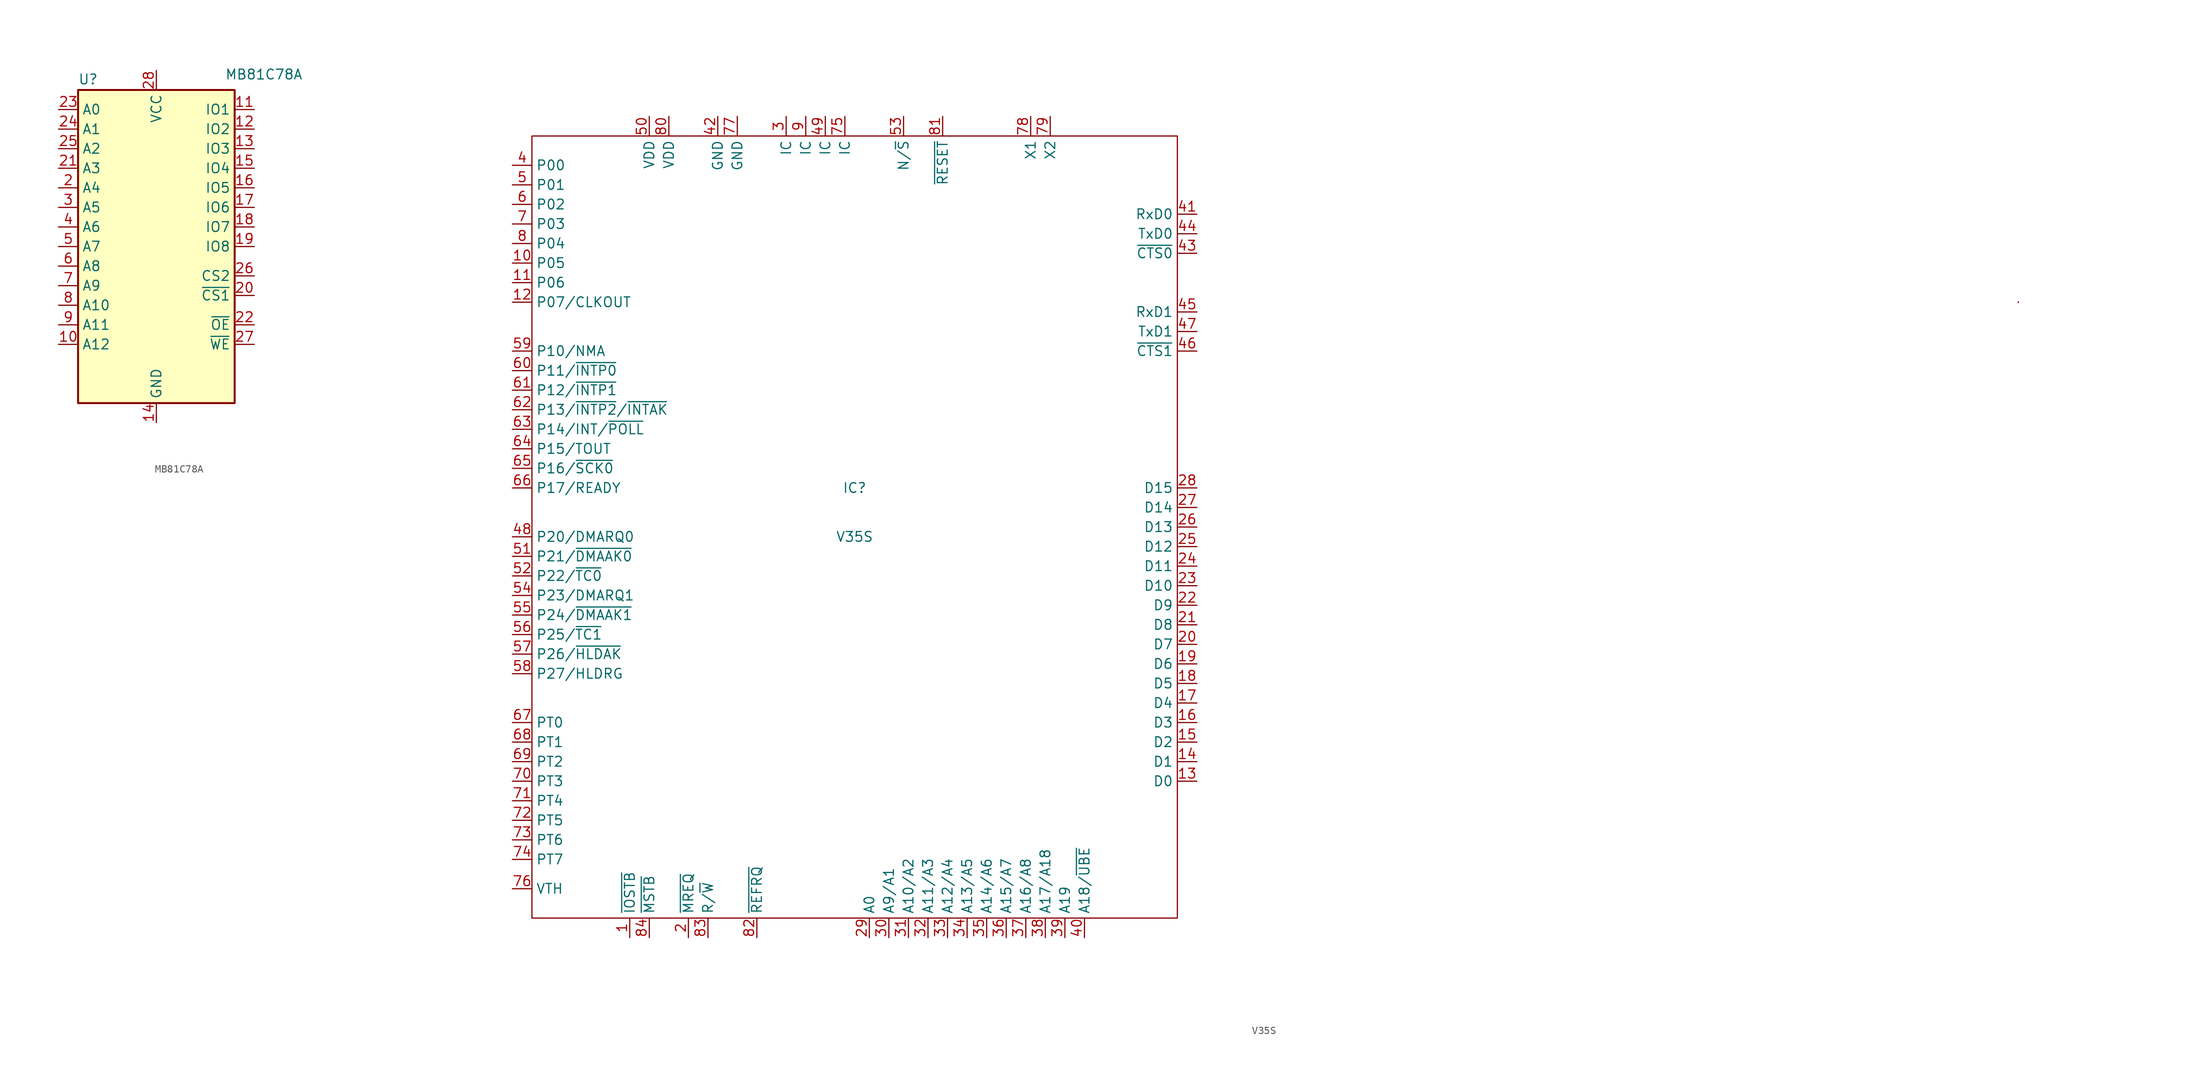
<source format=kicad_sym>
(kicad_symbol_lib
  (version 20220914)
  (generator kicad_symbol_editor)
  (symbol "MB81C78A"
    (property "Reference" "U"
      (at -10.16 20.955 0)
      (effects (font (size 1.27 1.27)) (justify left bottom)))
    (property "Value" "MB81C78A"
      (at 8.89 21.59 0)
      (effects (font (size 1.27 1.27)) (justify left bottom)))
    (symbol "MB81C78A_0_0"
      (pin power_in line (at 0 -22.86 90) (length 2.54) (name "GND" (effects (font (size 1.27 1.27)))) (number "14" (effects (font (size 1.27 1.27)))))
      (pin power_in line (at 0 22.86 270) (length 2.54) (name "VCC" (effects (font (size 1.27 1.27)))) (number "28" (effects (font (size 1.27 1.27))))))
    (symbol "MB81C78A_0_1"
      (rectangle (start -10.16 20.32) (end 10.16 -20.32) (stroke (width 0.254) (type default)) (fill (type background))))
    (symbol "MB81C78A_1_1"
      (pin no_connect line (at -12.7 -17.78 0) (length 2.54) hide (name "NC" (effects (font (size 1.27 1.27)))) (number "1" (effects (font (size 1.27 1.27)))))
      (pin input line (at -12.7 -12.7 0) (length 2.54) (name "A12" (effects (font (size 1.27 1.27)))) (number "10" (effects (font (size 1.27 1.27)))))
      (pin tri_state line (at 12.7 17.78 180) (length 2.54) (name "IO1" (effects (font (size 1.27 1.27)))) (number "11" (effects (font (size 1.27 1.27)))))
      (pin tri_state line (at 12.7 15.24 180) (length 2.54) (name "IO2" (effects (font (size 1.27 1.27)))) (number "12" (effects (font (size 1.27 1.27)))))
      (pin tri_state line (at 12.7 12.7 180) (length 2.54) (name "IO3" (effects (font (size 1.27 1.27)))) (number "13" (effects (font (size 1.27 1.27)))))
      (pin tri_state line (at 12.7 10.16 180) (length 2.54) (name "IO4" (effects (font (size 1.27 1.27)))) (number "15" (effects (font (size 1.27 1.27)))))
      (pin tri_state line (at 12.7 7.62 180) (length 2.54) (name "IO5" (effects (font (size 1.27 1.27)))) (number "16" (effects (font (size 1.27 1.27)))))
      (pin tri_state line (at 12.7 5.08 180) (length 2.54) (name "IO6" (effects (font (size 1.27 1.27)))) (number "17" (effects (font (size 1.27 1.27)))))
      (pin tri_state line (at 12.7 2.54 180) (length 2.54) (name "IO7" (effects (font (size 1.27 1.27)))) (number "18" (effects (font (size 1.27 1.27)))))
      (pin tri_state line (at 12.7 0 180) (length 2.54) (name "IO8" (effects (font (size 1.27 1.27)))) (number "19" (effects (font (size 1.27 1.27)))))
      (pin input line (at -12.7 7.62 0) (length 2.54) (name "A4" (effects (font (size 1.27 1.27)))) (number "2" (effects (font (size 1.27 1.27)))))
      (pin input line (at 12.7 -6.35 180) (length 2.54) (name "~{CS1}" (effects (font (size 1.27 1.27)))) (number "20" (effects (font (size 1.27 1.27)))))
      (pin input line (at -12.7 10.16 0) (length 2.54) (name "A3" (effects (font (size 1.27 1.27)))) (number "21" (effects (font (size 1.27 1.27)))))
      (pin input line (at 12.7 -10.16 180) (length 2.54) (name "~{OE}" (effects (font (size 1.27 1.27)))) (number "22" (effects (font (size 1.27 1.27)))))
      (pin input line (at -12.7 17.78 0) (length 2.54) (name "A0" (effects (font (size 1.27 1.27)))) (number "23" (effects (font (size 1.27 1.27)))))
      (pin input line (at -12.7 15.24 0) (length 2.54) (name "A1" (effects (font (size 1.27 1.27)))) (number "24" (effects (font (size 1.27 1.27)))))
      (pin input line (at -12.7 12.7 0) (length 2.54) (name "A2" (effects (font (size 1.27 1.27)))) (number "25" (effects (font (size 1.27 1.27)))))
      (pin input line (at 12.7 -3.81 180) (length 2.54) (name "CS2" (effects (font (size 1.27 1.27)))) (number "26" (effects (font (size 1.27 1.27)))))
      (pin input line (at 12.7 -12.7 180) (length 2.54) (name "~{WE}" (effects (font (size 1.27 1.27)))) (number "27" (effects (font (size 1.27 1.27)))))
      (pin input line (at -12.7 5.08 0) (length 2.54) (name "A5" (effects (font (size 1.27 1.27)))) (number "3" (effects (font (size 1.27 1.27)))))
      (pin input line (at -12.7 2.54 0) (length 2.54) (name "A6" (effects (font (size 1.27 1.27)))) (number "4" (effects (font (size 1.27 1.27)))))
      (pin input line (at -12.7 0 0) (length 2.54) (name "A7" (effects (font (size 1.27 1.27)))) (number "5" (effects (font (size 1.27 1.27)))))
      (pin input line (at -12.7 -2.54 0) (length 2.54) (name "A8" (effects (font (size 1.27 1.27)))) (number "6" (effects (font (size 1.27 1.27)))))
      (pin input line (at -12.7 -5.08 0) (length 2.54) (name "A9" (effects (font (size 1.27 1.27)))) (number "7" (effects (font (size 1.27 1.27)))))
      (pin input line (at -12.7 -7.62 0) (length 2.54) (name "A10" (effects (font (size 1.27 1.27)))) (number "8" (effects (font (size 1.27 1.27)))))
      (pin input line (at -12.7 -10.16 0) (length 2.54) (name "A11" (effects (font (size 1.27 1.27)))) (number "9" (effects (font (size 1.27 1.27)))))))
  (symbol "V35S"
    (property "Reference" "IC"
      (at 0 2.54 0)
      (effects (font (size 1.27 1.27))))
    (property "Value" "V35S"
      (at 0 -3.81 0)
      (effects (font (size 1.27 1.27))))
    (symbol "V35S_0_1"
      (rectangle (start -41.91 48.26) (end 41.91 -53.34) (stroke (width 0) (type default)) (fill (type none)))
      (rectangle (start 151.13 26.67) (end 151.13 26.67) (stroke (width 0) (type default)) (fill (type none)))
      (rectangle (start 151.13 26.67) (end 151.13 26.67) (stroke (width 0) (type default)) (fill (type none)))
      (rectangle (start 151.13 26.67) (end 151.13 26.67) (stroke (width 0) (type default)) (fill (type none)))
      (rectangle (start 151.13 26.67) (end 151.13 26.67) (stroke (width 0) (type default)) (fill (type none)))
      (rectangle (start 151.13 26.67) (end 151.13 26.67) (stroke (width 0) (type default)) (fill (type none)))
      (rectangle (start 151.13 26.67) (end 151.13 26.67) (stroke (width 0) (type default)) (fill (type none)))
      (rectangle (start 151.13 26.67) (end 151.13 26.67) (stroke (width 0) (type default)) (fill (type none)))
      (rectangle (start 151.13 26.67) (end 151.13 26.67) (stroke (width 0) (type default)) (fill (type none)))
      (rectangle (start 151.13 26.67) (end 151.13 26.67) (stroke (width 0) (type default)) (fill (type none)))
      (rectangle (start 151.13 26.67) (end 151.13 26.67) (stroke (width 0) (type default)) (fill (type none)))
      (rectangle (start 151.13 26.67) (end 151.13 26.67) (stroke (width 0) (type default)) (fill (type none)))
      (rectangle (start 151.13 26.67) (end 151.13 26.67) (stroke (width 0) (type default)) (fill (type none)))
      (rectangle (start 151.13 26.67) (end 151.13 26.67) (stroke (width 0) (type default)) (fill (type none)))
      (rectangle (start 151.13 26.67) (end 151.13 26.67) (stroke (width 0) (type default)) (fill (type none)))
      (rectangle (start 151.13 26.67) (end 151.13 26.67) (stroke (width 0) (type default)) (fill (type none))))
    (symbol "V35S_1_1"
      (pin output line (at -29.21 -55.88 90) (length 2.54) (name "~{IOSTB}" (effects (font (size 1.27 1.27)))) (number "1" (effects (font (size 1.27 1.27)))))
      (pin input line (at -44.45 31.75 0) (length 2.54) (name "P05" (effects (font (size 1.27 1.27)))) (number "10" (effects (font (size 1.27 1.27)))))
      (pin input line (at -44.45 29.21 0) (length 2.54) (name "P06" (effects (font (size 1.27 1.27)))) (number "11" (effects (font (size 1.27 1.27)))))
      (pin input line (at -44.45 26.67 0) (length 2.54) (name "P07/CLKOUT" (effects (font (size 1.27 1.27)))) (number "12" (effects (font (size 1.27 1.27)))))
      (pin bidirectional line (at 44.45 -35.56 180) (length 2.54) (name "D0" (effects (font (size 1.27 1.27)))) (number "13" (effects (font (size 1.27 1.27)))))
      (pin bidirectional line (at 44.45 -33.02 180) (length 2.54) (name "D1" (effects (font (size 1.27 1.27)))) (number "14" (effects (font (size 1.27 1.27)))))
      (pin bidirectional line (at 44.45 -30.48 180) (length 2.54) (name "D2" (effects (font (size 1.27 1.27)))) (number "15" (effects (font (size 1.27 1.27)))))
      (pin bidirectional line (at 44.45 -27.94 180) (length 2.54) (name "D3" (effects (font (size 1.27 1.27)))) (number "16" (effects (font (size 1.27 1.27)))))
      (pin bidirectional line (at 44.45 -25.4 180) (length 2.54) (name "D4" (effects (font (size 1.27 1.27)))) (number "17" (effects (font (size 1.27 1.27)))))
      (pin bidirectional line (at 44.45 -22.86 180) (length 2.54) (name "D5" (effects (font (size 1.27 1.27)))) (number "18" (effects (font (size 1.27 1.27)))))
      (pin bidirectional line (at 44.45 -20.32 180) (length 2.54) (name "D6" (effects (font (size 1.27 1.27)))) (number "19" (effects (font (size 1.27 1.27)))))
      (pin output line (at -21.59 -55.88 90) (length 2.54) (name "~{MREQ}" (effects (font (size 1.27 1.27)))) (number "2" (effects (font (size 1.27 1.27)))))
      (pin bidirectional line (at 44.45 -17.78 180) (length 2.54) (name "D7" (effects (font (size 1.27 1.27)))) (number "20" (effects (font (size 1.27 1.27)))))
      (pin bidirectional line (at 44.45 -15.24 180) (length 2.54) (name "D8" (effects (font (size 1.27 1.27)))) (number "21" (effects (font (size 1.27 1.27)))))
      (pin bidirectional line (at 44.45 -12.7 180) (length 2.54) (name "D9" (effects (font (size 1.27 1.27)))) (number "22" (effects (font (size 1.27 1.27)))))
      (pin bidirectional line (at 44.45 -10.16 180) (length 2.54) (name "D10" (effects (font (size 1.27 1.27)))) (number "23" (effects (font (size 1.27 1.27)))))
      (pin bidirectional line (at 44.45 -7.62 180) (length 2.54) (name "D11" (effects (font (size 1.27 1.27)))) (number "24" (effects (font (size 1.27 1.27)))))
      (pin bidirectional line (at 44.45 -5.08 180) (length 2.54) (name "D12" (effects (font (size 1.27 1.27)))) (number "25" (effects (font (size 1.27 1.27)))))
      (pin bidirectional line (at 44.45 -2.54 180) (length 2.54) (name "D13" (effects (font (size 1.27 1.27)))) (number "26" (effects (font (size 1.27 1.27)))))
      (pin bidirectional line (at 44.45 0 180) (length 2.54) (name "D14" (effects (font (size 1.27 1.27)))) (number "27" (effects (font (size 1.27 1.27)))))
      (pin bidirectional line (at 44.45 2.54 180) (length 2.54) (name "D15" (effects (font (size 1.27 1.27)))) (number "28" (effects (font (size 1.27 1.27)))))
      (pin output line (at 1.905 -55.88 90) (length 2.54) (name "A0" (effects (font (size 1.27 1.27)))) (number "29" (effects (font (size 1.27 1.27)))))
      (pin input line (at -8.89 50.8 270) (length 2.54) (name "IC" (effects (font (size 1.27 1.27)))) (number "3" (effects (font (size 1.27 1.27)))))
      (pin output line (at 4.445 -55.88 90) (length 2.54) (name "A9/A1" (effects (font (size 1.27 1.27)))) (number "30" (effects (font (size 1.27 1.27)))))
      (pin output line (at 6.985 -55.88 90) (length 2.54) (name "A10/A2" (effects (font (size 1.27 1.27)))) (number "31" (effects (font (size 1.27 1.27)))))
      (pin output line (at 9.525 -55.88 90) (length 2.54) (name "A11/A3" (effects (font (size 1.27 1.27)))) (number "32" (effects (font (size 1.27 1.27)))))
      (pin output line (at 12.065 -55.88 90) (length 2.54) (name "A12/A4" (effects (font (size 1.27 1.27)))) (number "33" (effects (font (size 1.27 1.27)))))
      (pin output line (at 14.605 -55.88 90) (length 2.54) (name "A13/A5" (effects (font (size 1.27 1.27)))) (number "34" (effects (font (size 1.27 1.27)))))
      (pin output line (at 17.145 -55.88 90) (length 2.54) (name "A14/A6" (effects (font (size 1.27 1.27)))) (number "35" (effects (font (size 1.27 1.27)))))
      (pin output line (at 19.685 -55.88 90) (length 2.54) (name "A15/A7" (effects (font (size 1.27 1.27)))) (number "36" (effects (font (size 1.27 1.27)))))
      (pin output line (at 22.225 -55.88 90) (length 2.54) (name "A16/A8" (effects (font (size 1.27 1.27)))) (number "37" (effects (font (size 1.27 1.27)))))
      (pin output line (at 24.765 -55.88 90) (length 2.54) (name "A17/A18" (effects (font (size 1.27 1.27)))) (number "38" (effects (font (size 1.27 1.27)))))
      (pin output line (at 27.305 -55.88 90) (length 2.54) (name "A19" (effects (font (size 1.27 1.27)))) (number "39" (effects (font (size 1.27 1.27)))))
      (pin input line (at -44.45 44.45 0) (length 2.54) (name "P00" (effects (font (size 1.27 1.27)))) (number "4" (effects (font (size 1.27 1.27)))))
      (pin output line (at 29.845 -55.88 90) (length 2.54) (name "A18/~{UBE}" (effects (font (size 1.27 1.27)))) (number "40" (effects (font (size 1.27 1.27)))))
      (pin input line (at 44.45 38.1 180) (length 2.54) (name "RxD0" (effects (font (size 1.27 1.27)))) (number "41" (effects (font (size 1.27 1.27)))))
      (pin power_in line (at -17.78 50.8 270) (length 2.54) (name "GND" (effects (font (size 1.27 1.27)))) (number "42" (effects (font (size 1.27 1.27)))))
      (pin input line (at 44.45 33.02 180) (length 2.54) (name "~{CTS0}" (effects (font (size 1.27 1.27)))) (number "43" (effects (font (size 1.27 1.27)))))
      (pin output line (at 44.45 35.56 180) (length 2.54) (name "TxD0" (effects (font (size 1.27 1.27)))) (number "44" (effects (font (size 1.27 1.27)))))
      (pin input line (at 44.45 25.4 180) (length 2.54) (name "RxD1" (effects (font (size 1.27 1.27)))) (number "45" (effects (font (size 1.27 1.27)))))
      (pin input line (at 44.45 20.32 180) (length 2.54) (name "~{CTS1}" (effects (font (size 1.27 1.27)))) (number "46" (effects (font (size 1.27 1.27)))))
      (pin output line (at 44.45 22.86 180) (length 2.54) (name "TxD1" (effects (font (size 1.27 1.27)))) (number "47" (effects (font (size 1.27 1.27)))))
      (pin input line (at -44.45 -3.81 0) (length 2.54) (name "P20/DMARQ0" (effects (font (size 1.27 1.27)))) (number "48" (effects (font (size 1.27 1.27)))))
      (pin input line (at -3.81 50.8 270) (length 2.54) (name "IC" (effects (font (size 1.27 1.27)))) (number "49" (effects (font (size 1.27 1.27)))))
      (pin input line (at -44.45 41.91 0) (length 2.54) (name "P01" (effects (font (size 1.27 1.27)))) (number "5" (effects (font (size 1.27 1.27)))))
      (pin power_in line (at -26.67 50.8 270) (length 2.54) (name "VDD" (effects (font (size 1.27 1.27)))) (number "50" (effects (font (size 1.27 1.27)))))
      (pin input line (at -44.45 -6.35 0) (length 2.54) (name "P21/~{DMAAK0}" (effects (font (size 1.27 1.27)))) (number "51" (effects (font (size 1.27 1.27)))))
      (pin input line (at -44.45 -8.89 0) (length 2.54) (name "P22/~{TC0}" (effects (font (size 1.27 1.27)))) (number "52" (effects (font (size 1.27 1.27)))))
      (pin input line (at 6.35 50.8 270) (length 2.54) (name "N/~{S}" (effects (font (size 1.27 1.27)))) (number "53" (effects (font (size 1.27 1.27)))))
      (pin input line (at -44.45 -11.43 0) (length 2.54) (name "P23/DMARQ1" (effects (font (size 1.27 1.27)))) (number "54" (effects (font (size 1.27 1.27)))))
      (pin input line (at -44.45 -13.97 0) (length 2.54) (name "P24/~{DMAAK1}" (effects (font (size 1.27 1.27)))) (number "55" (effects (font (size 1.27 1.27)))))
      (pin input line (at -44.45 -16.51 0) (length 2.54) (name "P25/~{TC1}" (effects (font (size 1.27 1.27)))) (number "56" (effects (font (size 1.27 1.27)))))
      (pin input line (at -44.45 -19.05 0) (length 2.54) (name "P26/~{HLDAK}" (effects (font (size 1.27 1.27)))) (number "57" (effects (font (size 1.27 1.27)))))
      (pin input line (at -44.45 -21.59 0) (length 2.54) (name "P27/HLDRG" (effects (font (size 1.27 1.27)))) (number "58" (effects (font (size 1.27 1.27)))))
      (pin input line (at -44.45 20.32 0) (length 2.54) (name "P10/NMA" (effects (font (size 1.27 1.27)))) (number "59" (effects (font (size 1.27 1.27)))))
      (pin input line (at -44.45 39.37 0) (length 2.54) (name "P02" (effects (font (size 1.27 1.27)))) (number "6" (effects (font (size 1.27 1.27)))))
      (pin input line (at -44.45 17.78 0) (length 2.54) (name "P11/~{INTP0}" (effects (font (size 1.27 1.27)))) (number "60" (effects (font (size 1.27 1.27)))))
      (pin input line (at -44.45 15.24 0) (length 2.54) (name "P12/~{INTP1}" (effects (font (size 1.27 1.27)))) (number "61" (effects (font (size 1.27 1.27)))))
      (pin input line (at -44.45 12.7 0) (length 2.54) (name "P13/~{INTP2}/~{INTAK}" (effects (font (size 1.27 1.27)))) (number "62" (effects (font (size 1.27 1.27)))))
      (pin input line (at -44.45 10.16 0) (length 2.54) (name "P14/INT/~{POLL}" (effects (font (size 1.27 1.27)))) (number "63" (effects (font (size 1.27 1.27)))))
      (pin input line (at -44.45 7.62 0) (length 2.54) (name "P15/TOUT" (effects (font (size 1.27 1.27)))) (number "64" (effects (font (size 1.27 1.27)))))
      (pin input line (at -44.45 5.08 0) (length 2.54) (name "P16/~{SCK0}" (effects (font (size 1.27 1.27)))) (number "65" (effects (font (size 1.27 1.27)))))
      (pin input line (at -44.45 2.54 0) (length 2.54) (name "P17/READY" (effects (font (size 1.27 1.27)))) (number "66" (effects (font (size 1.27 1.27)))))
      (pin input line (at -44.45 -27.94 0) (length 2.54) (name "PT0" (effects (font (size 1.27 1.27)))) (number "67" (effects (font (size 1.27 1.27)))))
      (pin input line (at -44.45 -30.48 0) (length 2.54) (name "PT1" (effects (font (size 1.27 1.27)))) (number "68" (effects (font (size 1.27 1.27)))))
      (pin input line (at -44.45 -33.02 0) (length 2.54) (name "PT2" (effects (font (size 1.27 1.27)))) (number "69" (effects (font (size 1.27 1.27)))))
      (pin input line (at -44.45 36.83 0) (length 2.54) (name "P03" (effects (font (size 1.27 1.27)))) (number "7" (effects (font (size 1.27 1.27)))))
      (pin input line (at -44.45 -35.56 0) (length 2.54) (name "PT3" (effects (font (size 1.27 1.27)))) (number "70" (effects (font (size 1.27 1.27)))))
      (pin input line (at -44.45 -38.1 0) (length 2.54) (name "PT4" (effects (font (size 1.27 1.27)))) (number "71" (effects (font (size 1.27 1.27)))))
      (pin input line (at -44.45 -40.64 0) (length 2.54) (name "PT5" (effects (font (size 1.27 1.27)))) (number "72" (effects (font (size 1.27 1.27)))))
      (pin input line (at -44.45 -43.18 0) (length 2.54) (name "PT6" (effects (font (size 1.27 1.27)))) (number "73" (effects (font (size 1.27 1.27)))))
      (pin input line (at -44.45 -45.72 0) (length 2.54) (name "PT7" (effects (font (size 1.27 1.27)))) (number "74" (effects (font (size 1.27 1.27)))))
      (pin input line (at -1.27 50.8 270) (length 2.54) (name "IC" (effects (font (size 1.27 1.27)))) (number "75" (effects (font (size 1.27 1.27)))))
      (pin input line (at -44.45 -49.53 0) (length 2.54) (name "VTH" (effects (font (size 1.27 1.27)))) (number "76" (effects (font (size 1.27 1.27)))))
      (pin power_in line (at -15.24 50.8 270) (length 2.54) (name "GND" (effects (font (size 1.27 1.27)))) (number "77" (effects (font (size 1.27 1.27)))))
      (pin input line (at 22.86 50.8 270) (length 2.54) (name "X1" (effects (font (size 1.27 1.27)))) (number "78" (effects (font (size 1.27 1.27)))))
      (pin input line (at 25.4 50.8 270) (length 2.54) (name "X2" (effects (font (size 1.27 1.27)))) (number "79" (effects (font (size 1.27 1.27)))))
      (pin input line (at -44.45 34.29 0) (length 2.54) (name "P04" (effects (font (size 1.27 1.27)))) (number "8" (effects (font (size 1.27 1.27)))))
      (pin power_in line (at -24.13 50.8 270) (length 2.54) (name "VDD" (effects (font (size 1.27 1.27)))) (number "80" (effects (font (size 1.27 1.27)))))
      (pin input line (at 11.43 50.8 270) (length 2.54) (name "~{RESET}" (effects (font (size 1.27 1.27)))) (number "81" (effects (font (size 1.27 1.27)))))
      (pin output line (at -12.7 -55.88 90) (length 2.54) (name "~{REFRQ}" (effects (font (size 1.27 1.27)))) (number "82" (effects (font (size 1.27 1.27)))))
      (pin output line (at -19.05 -55.88 90) (length 2.54) (name "R/~{W}" (effects (font (size 1.27 1.27)))) (number "83" (effects (font (size 1.27 1.27)))))
      (pin output line (at -26.67 -55.88 90) (length 2.54) (name "~{MSTB}" (effects (font (size 1.27 1.27)))) (number "84" (effects (font (size 1.27 1.27)))))
      (pin input line (at -6.35 50.8 270) (length 2.54) (name "IC" (effects (font (size 1.27 1.27)))) (number "9" (effects (font (size 1.27 1.27))))))))
</source>
